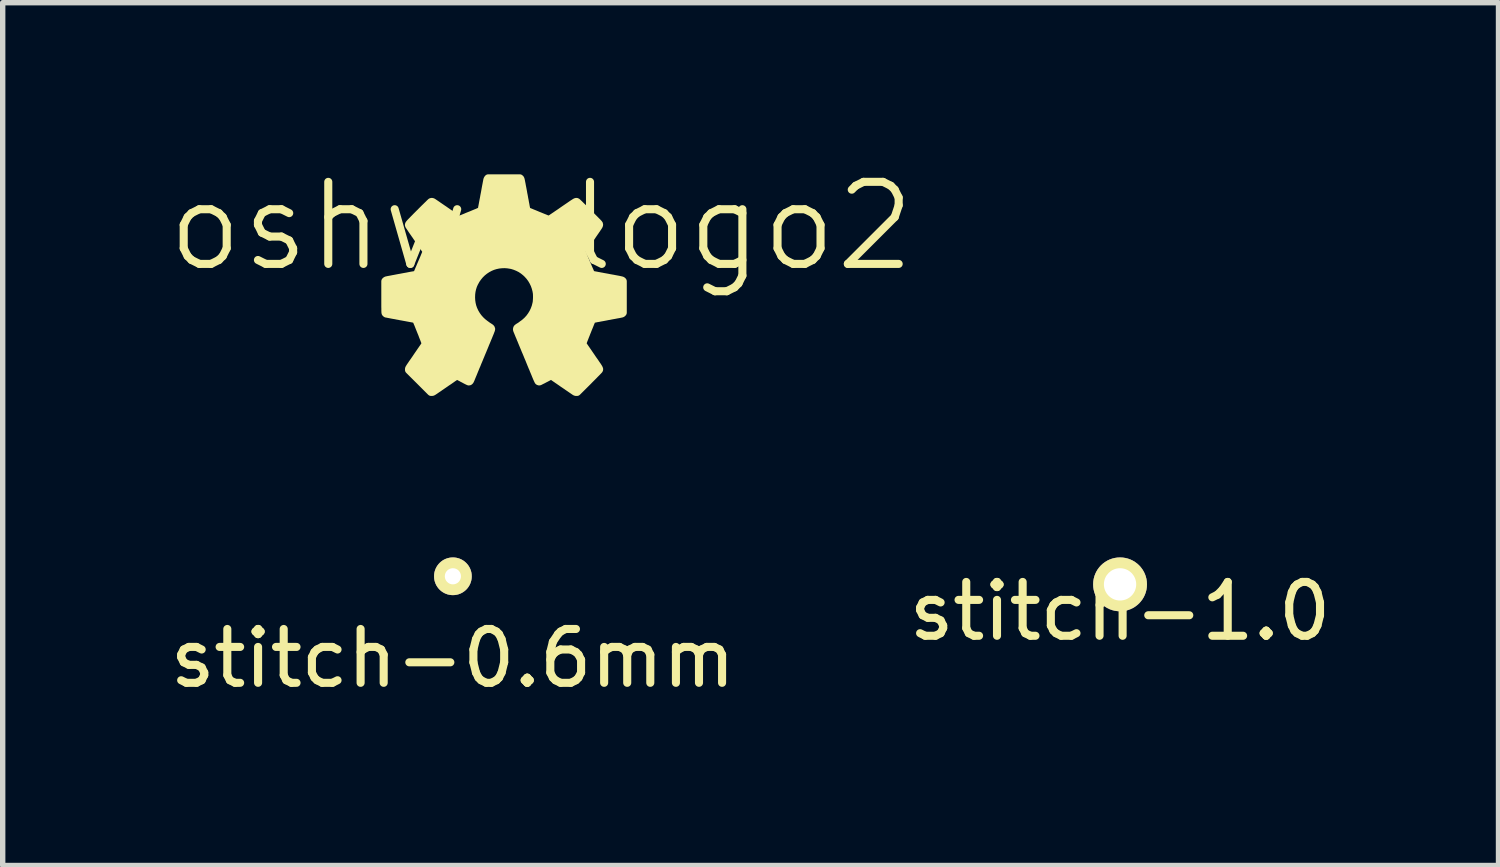
<source format=kicad_pcb>
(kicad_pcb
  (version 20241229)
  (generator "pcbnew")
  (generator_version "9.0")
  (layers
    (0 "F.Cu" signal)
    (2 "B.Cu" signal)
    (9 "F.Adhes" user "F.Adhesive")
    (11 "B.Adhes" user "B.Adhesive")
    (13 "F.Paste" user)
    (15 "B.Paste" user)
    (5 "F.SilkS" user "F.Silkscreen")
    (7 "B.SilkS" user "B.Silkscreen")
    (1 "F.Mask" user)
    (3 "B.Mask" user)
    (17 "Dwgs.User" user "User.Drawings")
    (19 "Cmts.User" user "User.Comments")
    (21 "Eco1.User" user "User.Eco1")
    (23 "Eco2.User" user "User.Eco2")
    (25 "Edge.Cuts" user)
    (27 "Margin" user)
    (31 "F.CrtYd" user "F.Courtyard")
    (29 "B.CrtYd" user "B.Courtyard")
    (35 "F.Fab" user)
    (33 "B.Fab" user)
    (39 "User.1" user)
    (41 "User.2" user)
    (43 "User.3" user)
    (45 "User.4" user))
  (footprint "stitch-0.6mm"
    (layer "F.Cu")
    (at 5.363 7.655)
    (property "Reference" "stitch-0.6mm" (at 0 1.524 0) (layer "F.SilkS") (effects (font (size 1 1) (thickness 0.15))))
    (attr through_hole)
    (pad "1" thru_hole circle (at 0 0) (size 0.7 0.7) (drill 0.3) (layers "*.Cu" "F.SilkS")))
  (footprint "stitch-1.0"
    (layer "F.Cu")
    (at 17.756 7.805)
    (property "Reference" "stitch-1.0" (at 0 0.5 0) (layer "F.SilkS") (effects (font (size 1 1) (thickness 0.15))))
    (attr through_hole)
    (pad "1" thru_hole circle (at 0 0) (size 1 1) (drill 0.6) (layers "*.Cu" "*.Mask" "F.SilkS")))
  (footprint "oshw-logo2"
    (layer "F.Cu")
    (at 6.313 2.245)
    (property "Reference" "oshw-logo2" (at 0.69 -1.09 0) (layer "F.SilkS") (effects (font (size 1.524 1.524) (thickness 0.15))))
    (attr through_hole)
    (fp_poly (pts (xy -2.205 0.221) (xy -2.205 0.269) (xy -2.205 0.311) (xy -2.205 0.348) (xy -2.205 0.381) (xy -2.205 0.409) (xy -2.204 0.432) (xy -2.204 0.452) (xy -2.204 0.468) (xy -2.204 0.482) (xy -2.203 0.492) (xy -2.203 0.501) (xy -2.203 0.507) (xy -2.202 0.511) (xy -2.201 0.514) (xy -2.201 0.517) (xy -2.2 0.518) (xy -2.199 0.519) (xy -2.193 0.525) (xy -2.188 0.529) (xy -2.183 0.53) (xy -2.174 0.531) (xy -2.161 0.534) (xy -2.144 0.537) (xy -2.124 0.541) (xy -2.102 0.545) (xy -2.094 0.547) (xy -2.051 0.555) (xy -2.014 0.561) (xy -1.981 0.568) (xy -1.951 0.573) (xy -1.923 0.579) (xy -1.896 0.584) (xy -1.895 0.584) (xy -1.881 0.586) (xy -1.864 0.59) (xy -1.844 0.593) (xy -1.825 0.597) (xy -1.817 0.598) (xy -1.787 0.604) (xy -1.759 0.609) (xy -1.733 0.614) (xy -1.709 0.618) (xy -1.689 0.622) (xy -1.671 0.626) (xy -1.659 0.628) (xy -1.651 0.63) (xy -1.649 0.63) (xy -1.645 0.631) (xy -1.642 0.633) (xy -1.639 0.635) (xy -1.636 0.638) (xy -1.632 0.643) (xy -1.628 0.65) (xy -1.623 0.66) (xy -1.618 0.672) (xy -1.611 0.687) (xy -1.604 0.705) (xy -1.594 0.727) (xy -1.584 0.753) (xy -1.572 0.783) (xy -1.558 0.818) (xy -1.542 0.858) (xy -1.54 0.863) (xy -1.521 0.909) (xy -1.506 0.95) (xy -1.492 0.985) (xy -1.48 1.015) (xy -1.471 1.039) (xy -1.464 1.059) (xy -1.459 1.073) (xy -1.456 1.083) (xy -1.455 1.087) (xy -1.455 1.091) (xy -1.456 1.094) (xy -1.458 1.099) (xy -1.46 1.105) (xy -1.465 1.112) (xy -1.471 1.122) (xy -1.48 1.135) (xy -1.491 1.152) (xy -1.505 1.172) (xy -1.51 1.179) (xy -1.522 1.197) (xy -1.535 1.215) (xy -1.547 1.233) (xy -1.558 1.249) (xy -1.562 1.255) (xy -1.58 1.281) (xy -1.598 1.307) (xy -1.615 1.332) (xy -1.631 1.356) (xy -1.646 1.378) (xy -1.66 1.398) (xy -1.671 1.415) (xy -1.681 1.428) (xy -1.687 1.437) (xy -1.689 1.44) (xy -1.695 1.448) (xy -1.703 1.459) (xy -1.712 1.474) (xy -1.723 1.489) (xy -1.733 1.504) (xy -1.744 1.52) (xy -1.752 1.533) (xy -1.758 1.543) (xy -1.762 1.55) (xy -1.764 1.555) (xy -1.765 1.56) (xy -1.765 1.564) (xy -1.765 1.577) (xy -1.56 1.781) (xy -1.356 1.985) (xy -1.342 1.985) (xy -1.336 1.985) (xy -1.329 1.983) (xy -1.321 1.979) (xy -1.311 1.973) (xy -1.302 1.967) (xy -1.275 1.949) (xy -1.251 1.932) (xy -1.228 1.917) (xy -1.209 1.904) (xy -1.194 1.893) (xy -1.184 1.886) (xy -1.174 1.88) (xy -1.162 1.871) (xy -1.147 1.861) (xy -1.133 1.851) (xy -1.132 1.851) (xy -1.118 1.841) (xy -1.105 1.832) (xy -1.093 1.824) (xy -1.085 1.818) (xy -1.084 1.817) (xy -1.076 1.812) (xy -1.065 1.804) (xy -1.051 1.795) (xy -1.037 1.786) (xy -1.036 1.785) (xy -1.021 1.775) (xy -1.005 1.764) (xy -0.99 1.753) (xy -0.979 1.746) (xy -0.953 1.727) (xy -0.93 1.712) (xy -0.913 1.7) (xy -0.899 1.691) (xy -0.888 1.685) (xy -0.882 1.682) (xy -0.88 1.682) (xy -0.877 1.681) (xy -0.873 1.681) (xy -0.868 1.682) (xy -0.863 1.684) (xy -0.855 1.688) (xy -0.844 1.693) (xy -0.831 1.699) (xy -0.815 1.708) (xy -0.794 1.718) (xy -0.77 1.732) (xy -0.747 1.743) (xy -0.726 1.755) (xy -0.707 1.765) (xy -0.689 1.774) (xy -0.675 1.781) (xy -0.664 1.786) (xy -0.657 1.789) (xy -0.655 1.79) (xy -0.65 1.79) (xy -0.645 1.788) (xy -0.641 1.785) (xy -0.637 1.78) (xy -0.632 1.773) (xy -0.627 1.762) (xy -0.62 1.747) (xy -0.612 1.727) (xy -0.604 1.707) (xy -0.598 1.693) (xy -0.592 1.678) (xy -0.585 1.662) (xy -0.578 1.645) (xy -0.57 1.625) (xy -0.561 1.603) (xy -0.551 1.578) (xy -0.539 1.55) (xy -0.526 1.517) (xy -0.51 1.481) (xy -0.494 1.44) (xy -0.474 1.394) (xy -0.473 1.39) (xy -0.462 1.365) (xy -0.453 1.341) (xy -0.443 1.319) (xy -0.435 1.299) (xy -0.428 1.282) (xy -0.423 1.269) (xy -0.419 1.26) (xy -0.419 1.26) (xy -0.413 1.246) (xy -0.406 1.229) (xy -0.399 1.213) (xy -0.397 1.208) (xy -0.392 1.195) (xy -0.385 1.178) (xy -0.377 1.16) (xy -0.37 1.142) (xy -0.369 1.139) (xy -0.361 1.121) (xy -0.353 1.1) (xy -0.345 1.08) (xy -0.337 1.063) (xy -0.337 1.062) (xy -0.33 1.046) (xy -0.322 1.026) (xy -0.313 1.005) (xy -0.306 0.986) (xy -0.305 0.985) (xy -0.298 0.969) (xy -0.29 0.949) (xy -0.281 0.927) (xy -0.272 0.905) (xy -0.264 0.886) (xy -0.257 0.868) (xy -0.251 0.851) (xy -0.245 0.837) (xy -0.242 0.826) (xy -0.24 0.82) (xy -0.24 0.819) (xy -0.241 0.811) (xy -0.246 0.803) (xy -0.254 0.795) (xy -0.267 0.786) (xy -0.278 0.779) (xy -0.291 0.771) (xy -0.304 0.762) (xy -0.315 0.755) (xy -0.319 0.752) (xy -0.328 0.745) (xy -0.34 0.736) (xy -0.353 0.727) (xy -0.357 0.724) (xy -0.401 0.689) (xy -0.442 0.65) (xy -0.48 0.607) (xy -0.514 0.56) (xy -0.543 0.511) (xy -0.548 0.501) (xy -0.572 0.449) (xy -0.59 0.397) (xy -0.602 0.345) (xy -0.61 0.291) (xy -0.613 0.235) (xy -0.613 0.225) (xy -0.611 0.167) (xy -0.604 0.113) (xy -0.592 0.06) (xy -0.575 0.007) (xy -0.552 -0.045) (xy -0.55 -0.047) (xy -0.521 -0.1) (xy -0.487 -0.148) (xy -0.449 -0.194) (xy -0.407 -0.235) (xy -0.361 -0.272) (xy -0.311 -0.305) (xy -0.258 -0.333) (xy -0.21 -0.353) (xy -0.158 -0.369) (xy -0.102 -0.381) (xy -0.045 -0.387) (xy 0.012 -0.389) (xy 0.069 -0.385) (xy 0.125 -0.376) (xy 0.147 -0.372) (xy 0.202 -0.355) (xy 0.256 -0.333) (xy 0.308 -0.307) (xy 0.357 -0.275) (xy 0.402 -0.239) (xy 0.434 -0.209) (xy 0.476 -0.163) (xy 0.512 -0.114) (xy 0.542 -0.063) (xy 0.568 -0.009) (xy 0.588 0.048) (xy 0.603 0.106) (xy 0.611 0.155) (xy 0.612 0.177) (xy 0.613 0.203) (xy 0.613 0.231) (xy 0.612 0.26) (xy 0.61 0.289) (xy 0.608 0.315) (xy 0.604 0.337) (xy 0.603 0.342) (xy 0.588 0.403) (xy 0.567 0.46) (xy 0.541 0.515) (xy 0.51 0.566) (xy 0.475 0.614) (xy 0.434 0.659) (xy 0.422 0.67) (xy 0.391 0.698) (xy 0.362 0.721) (xy 0.354 0.726) (xy 0.344 0.733) (xy 0.332 0.742) (xy 0.322 0.75) (xy 0.311 0.758) (xy 0.297 0.767) (xy 0.283 0.776) (xy 0.278 0.779) (xy 0.266 0.786) (xy 0.256 0.794) (xy 0.248 0.8) (xy 0.246 0.802) (xy 0.241 0.813) (xy 0.241 0.827) (xy 0.246 0.843) (xy 0.246 0.844) (xy 0.25 0.852) (xy 0.255 0.864) (xy 0.261 0.878) (xy 0.267 0.894) (xy 0.27 0.899) (xy 0.277 0.918) (xy 0.286 0.94) (xy 0.296 0.962) (xy 0.304 0.982) (xy 0.305 0.985) (xy 0.312 1.003) (xy 0.32 1.02) (xy 0.326 1.036) (xy 0.332 1.05) (xy 0.333 1.053) (xy 0.338 1.066) (xy 0.345 1.082) (xy 0.353 1.102) (xy 0.362 1.123) (xy 0.371 1.145) (xy 0.38 1.166) (xy 0.388 1.186) (xy 0.395 1.203) (xy 0.398 1.211) (xy 0.402 1.22) (xy 0.408 1.234) (xy 0.416 1.252) (xy 0.425 1.274) (xy 0.436 1.3) (xy 0.447 1.328) (xy 0.46 1.358) (xy 0.473 1.389) (xy 0.486 1.422) (xy 0.498 1.451) (xy 0.505 1.469) (xy 0.514 1.49) (xy 0.522 1.51) (xy 0.529 1.527) (xy 0.53 1.528) (xy 0.537 1.544) (xy 0.545 1.564) (xy 0.553 1.585) (xy 0.561 1.603) (xy 0.562 1.605) (xy 0.568 1.62) (xy 0.576 1.639) (xy 0.585 1.661) (xy 0.594 1.684) (xy 0.604 1.706) (xy 0.606 1.713) (xy 0.615 1.733) (xy 0.623 1.751) (xy 0.63 1.765) (xy 0.635 1.777) (xy 0.639 1.783) (xy 0.64 1.785) (xy 0.648 1.789) (xy 0.654 1.79) (xy 0.658 1.788) (xy 0.667 1.785) (xy 0.679 1.778) (xy 0.695 1.77) (xy 0.714 1.761) (xy 0.735 1.75) (xy 0.757 1.738) (xy 0.76 1.737) (xy 0.783 1.725) (xy 0.804 1.714) (xy 0.823 1.704) (xy 0.84 1.695) (xy 0.853 1.688) (xy 0.863 1.684) (xy 0.868 1.682) (xy 0.868 1.682) (xy 0.875 1.681) (xy 0.883 1.683) (xy 0.893 1.688) (xy 0.906 1.695) (xy 0.923 1.706) (xy 0.932 1.713) (xy 0.945 1.722) (xy 0.961 1.733) (xy 0.979 1.745) (xy 0.997 1.758) (xy 1.008 1.765) (xy 1.024 1.776) (xy 1.041 1.788) (xy 1.056 1.798) (xy 1.069 1.807) (xy 1.076 1.812) (xy 1.087 1.82) (xy 1.101 1.83) (xy 1.117 1.84) (xy 1.132 1.85) (xy 1.132 1.851) (xy 1.146 1.86) (xy 1.161 1.87) (xy 1.174 1.879) (xy 1.183 1.886) (xy 1.184 1.886) (xy 1.195 1.894) (xy 1.21 1.904) (xy 1.229 1.917) (xy 1.252 1.933) (xy 1.277 1.95) (xy 1.302 1.967) (xy 1.315 1.976) (xy 1.324 1.981) (xy 1.331 1.984) (xy 1.338 1.985) (xy 1.342 1.985) (xy 1.356 1.985) (xy 1.557 1.785) (xy 1.585 1.756) (xy 1.613 1.728) (xy 1.639 1.702) (xy 1.664 1.677) (xy 1.686 1.654) (xy 1.706 1.634) (xy 1.724 1.616) (xy 1.738 1.601) (xy 1.75 1.589) (xy 1.757 1.581) (xy 1.761 1.577) (xy 1.762 1.576) (xy 1.764 1.573) (xy 1.765 1.57) (xy 1.766 1.566) (xy 1.766 1.562) (xy 1.764 1.558) (xy 1.762 1.552) (xy 1.758 1.544) (xy 1.753 1.535) (xy 1.746 1.524) (xy 1.737 1.509) (xy 1.725 1.492) (xy 1.711 1.472) (xy 1.695 1.448) (xy 1.676 1.42) (xy 1.653 1.388) (xy 1.637 1.365) (xy 1.631 1.356) (xy 1.623 1.344) (xy 1.613 1.329) (xy 1.602 1.314) (xy 1.596 1.304) (xy 1.583 1.286) (xy 1.57 1.266) (xy 1.556 1.246) (xy 1.544 1.228) (xy 1.54 1.223) (xy 1.521 1.195) (xy 1.505 1.172) (xy 1.492 1.153) (xy 1.481 1.137) (xy 1.473 1.125) (xy 1.466 1.115) (xy 1.462 1.108) (xy 1.459 1.102) (xy 1.457 1.098) (xy 1.456 1.094) (xy 1.455 1.091) (xy 1.455 1.089) (xy 1.455 1.087) (xy 1.456 1.083) (xy 1.458 1.075) (xy 1.461 1.065) (xy 1.467 1.05) (xy 1.473 1.032) (xy 1.482 1.009) (xy 1.493 0.982) (xy 1.505 0.95) (xy 1.52 0.913) (xy 1.536 0.871) (xy 1.54 0.863) (xy 1.553 0.829) (xy 1.566 0.797) (xy 1.579 0.766) (xy 1.59 0.738) (xy 1.6 0.713) (xy 1.609 0.691) (xy 1.617 0.673) (xy 1.623 0.658) (xy 1.627 0.649) (xy 1.629 0.644) (xy 1.629 0.644) (xy 1.633 0.64) (xy 1.637 0.637) (xy 1.644 0.633) (xy 1.652 0.63) (xy 1.665 0.627) (xy 1.68 0.624) (xy 1.701 0.62) (xy 1.719 0.616) (xy 1.756 0.61) (xy 1.79 0.603) (xy 1.819 0.598) (xy 1.846 0.593) (xy 1.872 0.588) (xy 1.898 0.583) (xy 1.917 0.579) (xy 1.933 0.576) (xy 1.953 0.573) (xy 1.977 0.568) (xy 2.003 0.563) (xy 2.031 0.558) (xy 2.059 0.553) (xy 2.079 0.549) (xy 2.107 0.544) (xy 2.13 0.54) (xy 2.149 0.536) (xy 2.163 0.533) (xy 2.174 0.531) (xy 2.182 0.529) (xy 2.188 0.527) (xy 2.192 0.525) (xy 2.195 0.523) (xy 2.197 0.521) (xy 2.205 0.513) (xy 2.205 0.222) (xy 2.205 -0.07) (xy 2.197 -0.078) (xy 2.194 -0.08) (xy 2.191 -0.082) (xy 2.186 -0.084) (xy 2.179 -0.086) (xy 2.171 -0.088) (xy 2.159 -0.091) (xy 2.144 -0.094) (xy 2.126 -0.098) (xy 2.104 -0.102) (xy 2.077 -0.107) (xy 2.045 -0.113) (xy 2.014 -0.119) (xy 2.005 -0.12) (xy 1.991 -0.123) (xy 1.973 -0.126) (xy 1.952 -0.13) (xy 1.927 -0.135) (xy 1.9 -0.14) (xy 1.872 -0.145) (xy 1.843 -0.15) (xy 1.814 -0.156) (xy 1.808 -0.157) (xy 1.785 -0.161) (xy 1.76 -0.166) (xy 1.735 -0.17) (xy 1.712 -0.175) (xy 1.694 -0.178) (xy 1.669 -0.183) (xy 1.65 -0.187) (xy 1.635 -0.192) (xy 1.624 -0.197) (xy 1.617 -0.202) (xy 1.614 -0.206) (xy 1.612 -0.209) (xy 1.608 -0.218) (xy 1.602 -0.231) (xy 1.595 -0.249) (xy 1.586 -0.27) (xy 1.575 -0.294) (xy 1.563 -0.321) (xy 1.551 -0.35) (xy 1.537 -0.382) (xy 1.525 -0.41) (xy 1.508 -0.45) (xy 1.493 -0.485) (xy 1.481 -0.515) (xy 1.47 -0.541) (xy 1.461 -0.562) (xy 1.454 -0.58) (xy 1.449 -0.594) (xy 1.445 -0.605) (xy 1.442 -0.613) (xy 1.441 -0.619) (xy 1.44 -0.621) (xy 1.44 -0.625) (xy 1.441 -0.628) (xy 1.442 -0.632) (xy 1.445 -0.638) (xy 1.449 -0.644) (xy 1.454 -0.653) (xy 1.461 -0.665) (xy 1.471 -0.679) (xy 1.483 -0.696) (xy 1.497 -0.718) (xy 1.515 -0.743) (xy 1.524 -0.757) (xy 1.531 -0.767) (xy 1.541 -0.781) (xy 1.552 -0.797) (xy 1.563 -0.814) (xy 1.575 -0.831) (xy 1.576 -0.833) (xy 1.588 -0.85) (xy 1.6 -0.867) (xy 1.611 -0.884) (xy 1.621 -0.897) (xy 1.628 -0.908) (xy 1.628 -0.908) (xy 1.635 -0.918) (xy 1.644 -0.932) (xy 1.655 -0.948) (xy 1.667 -0.965) (xy 1.679 -0.983) (xy 1.679 -0.983) (xy 1.692 -1.001) (xy 1.705 -1.021) (xy 1.719 -1.04) (xy 1.73 -1.058) (xy 1.739 -1.07) (xy 1.75 -1.087) (xy 1.758 -1.1) (xy 1.763 -1.111) (xy 1.765 -1.119) (xy 1.765 -1.127) (xy 1.762 -1.134) (xy 1.76 -1.136) (xy 1.757 -1.14) (xy 1.75 -1.147) (xy 1.74 -1.158) (xy 1.727 -1.172) (xy 1.71 -1.188) (xy 1.692 -1.207) (xy 1.671 -1.228) (xy 1.648 -1.251) (xy 1.625 -1.274) (xy 1.6 -1.299) (xy 1.575 -1.324) (xy 1.549 -1.35) (xy 1.524 -1.375) (xy 1.499 -1.4) (xy 1.475 -1.424) (xy 1.452 -1.446) (xy 1.43 -1.467) (xy 1.411 -1.486) (xy 1.394 -1.503) (xy 1.379 -1.517) (xy 1.367 -1.528) (xy 1.359 -1.536) (xy 1.355 -1.539) (xy 1.354 -1.54) (xy 1.351 -1.542) (xy 1.348 -1.543) (xy 1.344 -1.544) (xy 1.34 -1.543) (xy 1.336 -1.542) (xy 1.329 -1.54) (xy 1.321 -1.535) (xy 1.311 -1.529) (xy 1.299 -1.521) (xy 1.283 -1.511) (xy 1.265 -1.499) (xy 1.242 -1.483) (xy 1.216 -1.465) (xy 1.185 -1.444) (xy 1.179 -1.44) (xy 1.132 -1.408) (xy 1.09 -1.379) (xy 1.052 -1.352) (xy 1.018 -1.329) (xy 0.988 -1.309) (xy 0.961 -1.29) (xy 0.938 -1.275) (xy 0.918 -1.261) (xy 0.901 -1.25) (xy 0.887 -1.24) (xy 0.875 -1.233) (xy 0.865 -1.226) (xy 0.857 -1.221) (xy 0.85 -1.218) (xy 0.845 -1.215) (xy 0.841 -1.213) (xy 0.838 -1.212) (xy 0.836 -1.212) (xy 0.835 -1.212) (xy 0.828 -1.213) (xy 0.817 -1.216) (xy 0.801 -1.222) (xy 0.781 -1.229) (xy 0.755 -1.24) (xy 0.753 -1.241) (xy 0.732 -1.249) (xy 0.71 -1.258) (xy 0.69 -1.266) (xy 0.671 -1.274) (xy 0.657 -1.28) (xy 0.65 -1.282) (xy 0.633 -1.289) (xy 0.614 -1.297) (xy 0.596 -1.305) (xy 0.587 -1.308) (xy 0.574 -1.314) (xy 0.557 -1.321) (xy 0.537 -1.329) (xy 0.517 -1.337) (xy 0.501 -1.344) (xy 0.479 -1.353) (xy 0.461 -1.36) (xy 0.448 -1.366) (xy 0.438 -1.37) (xy 0.431 -1.374) (xy 0.426 -1.377) (xy 0.423 -1.381) (xy 0.42 -1.384) (xy 0.418 -1.39) (xy 0.414 -1.4) (xy 0.411 -1.416) (xy 0.406 -1.437) (xy 0.401 -1.463) (xy 0.397 -1.487) (xy 0.392 -1.513) (xy 0.387 -1.539) (xy 0.383 -1.563) (xy 0.379 -1.584) (xy 0.378 -1.588) (xy 0.375 -1.602) (xy 0.372 -1.621) (xy 0.368 -1.644) (xy 0.363 -1.67) (xy 0.357 -1.699) (xy 0.352 -1.73) (xy 0.346 -1.762) (xy 0.34 -1.794) (xy 0.338 -1.805) (xy 0.331 -1.84) (xy 0.326 -1.869) (xy 0.321 -1.894) (xy 0.317 -1.914) (xy 0.314 -1.931) (xy 0.311 -1.943) (xy 0.309 -1.953) (xy 0.307 -1.961) (xy 0.305 -1.966) (xy 0.303 -1.97) (xy 0.302 -1.973) (xy 0.3 -1.974) (xy 0.292 -1.982) (xy -0.000291 -1.982) (xy -0.293 -1.982) (xy -0.3 -1.974) (xy -0.305 -1.965) (xy -0.31 -1.954) (xy -0.311 -1.949) (xy -0.312 -1.943) (xy -0.314 -1.932) (xy -0.317 -1.916) (xy -0.321 -1.896) (xy -0.325 -1.874) (xy -0.33 -1.849) (xy -0.335 -1.822) (xy -0.338 -1.806) (xy -0.348 -1.75) (xy -0.357 -1.7) (xy -0.366 -1.655) (xy -0.373 -1.614) (xy -0.38 -1.579) (xy -0.386 -1.547) (xy -0.391 -1.52) (xy -0.395 -1.497) (xy -0.399 -1.477) (xy -0.402 -1.46) (xy -0.405 -1.446) (xy -0.407 -1.435) (xy -0.408 -1.425) (xy -0.41 -1.418) (xy -0.411 -1.413) (xy -0.412 -1.409) (xy -0.412 -1.406) (xy -0.412 -1.406) (xy -0.416 -1.394) (xy -0.422 -1.383) (xy -0.423 -1.381) (xy -0.425 -1.38) (xy -0.427 -1.378) (xy -0.429 -1.376) (xy -0.433 -1.374) (xy -0.438 -1.371) (xy -0.445 -1.368) (xy -0.454 -1.364) (xy -0.466 -1.359) (xy -0.48 -1.353) (xy -0.497 -1.345) (xy -0.518 -1.337) (xy -0.542 -1.327) (xy -0.571 -1.315) (xy -0.604 -1.301) (xy -0.642 -1.286) (xy -0.682 -1.27) (xy -0.695 -1.264) (xy -0.712 -1.257) (xy -0.731 -1.249) (xy -0.751 -1.241) (xy -0.765 -1.235) (xy -0.788 -1.226) (xy -0.807 -1.219) (xy -0.821 -1.215) (xy -0.831 -1.213) (xy -0.831 -1.213) (xy -0.846 -1.212) (xy -0.908 -1.254) (xy -0.925 -1.266) (xy -0.945 -1.28) (xy -0.969 -1.296) (xy -0.994 -1.313) (xy -1.021 -1.331) (xy -1.047 -1.349) (xy -1.073 -1.367) (xy -1.079 -1.371) (xy -1.116 -1.397) (xy -1.149 -1.419) (xy -1.178 -1.439) (xy -1.203 -1.456) (xy -1.225 -1.471) (xy -1.243 -1.484) (xy -1.258 -1.494) (xy -1.271 -1.503) (xy -1.282 -1.51) (xy -1.29 -1.516) (xy -1.298 -1.521) (xy -1.304 -1.525) (xy -1.309 -1.529) (xy -1.311 -1.53) (xy -1.325 -1.539) (xy -1.336 -1.543) (xy -1.346 -1.544) (xy -1.355 -1.54) (xy -1.357 -1.54) (xy -1.36 -1.537) (xy -1.367 -1.53) (xy -1.378 -1.52) (xy -1.391 -1.507) (xy -1.408 -1.49) (xy -1.428 -1.471) (xy -1.45 -1.449) (xy -1.474 -1.426) (xy -1.5 -1.4) (xy -1.527 -1.373) (xy -1.555 -1.344) (xy -1.564 -1.336) (xy -1.598 -1.302) (xy -1.628 -1.272) (xy -1.654 -1.245) (xy -1.677 -1.222) (xy -1.696 -1.202) (xy -1.713 -1.185) (xy -1.727 -1.171) (xy -1.738 -1.159) (xy -1.747 -1.149) (xy -1.754 -1.14) (xy -1.759 -1.134) (xy -1.763 -1.128) (xy -1.765 -1.124) (xy -1.766 -1.12) (xy -1.766 -1.117) (xy -1.766 -1.114) (xy -1.765 -1.112) (xy -1.765 -1.111) (xy -1.763 -1.107) (xy -1.758 -1.099) (xy -1.75 -1.087) (xy -1.74 -1.072) (xy -1.726 -1.052) (xy -1.71 -1.027) (xy -1.69 -0.998) (xy -1.667 -0.965) (xy -1.658 -0.953) (xy -1.651 -0.941) (xy -1.64 -0.927) (xy -1.629 -0.91) (xy -1.619 -0.895) (xy -1.617 -0.892) (xy -1.605 -0.875) (xy -1.592 -0.856) (xy -1.578 -0.836) (xy -1.566 -0.818) (xy -1.565 -0.816) (xy -1.549 -0.794) (xy -1.533 -0.77) (xy -1.514 -0.743) (xy -1.494 -0.713) (xy -1.471 -0.679) (xy -1.464 -0.669) (xy -1.454 -0.654) (xy -1.448 -0.643) (xy -1.443 -0.635) (xy -1.441 -0.629) (xy -1.44 -0.623) (xy -1.44 -0.621) (xy -1.441 -0.617) (xy -1.442 -0.611) (xy -1.445 -0.603) (xy -1.449 -0.592) (xy -1.455 -0.578) (xy -1.462 -0.56) (xy -1.471 -0.539) (xy -1.481 -0.513) (xy -1.494 -0.483) (xy -1.509 -0.448) (xy -1.522 -0.418) (xy -1.536 -0.385) (xy -1.549 -0.355) (xy -1.561 -0.326) (xy -1.573 -0.299) (xy -1.583 -0.275) (xy -1.592 -0.254) (xy -1.599 -0.237) (xy -1.605 -0.225) (xy -1.608 -0.217) (xy -1.61 -0.214) (xy -1.618 -0.202) (xy -1.631 -0.193) (xy -1.649 -0.186) (xy -1.661 -0.184) (xy -1.671 -0.182) (xy -1.687 -0.179) (xy -1.708 -0.176) (xy -1.734 -0.171) (xy -1.765 -0.165) (xy -1.8 -0.158) (xy -1.84 -0.151) (xy -1.884 -0.143) (xy -1.919 -0.136) (xy -1.944 -0.132) (xy -1.97 -0.127) (xy -1.997 -0.122) (xy -2.022 -0.117) (xy -2.044 -0.113) (xy -2.055 -0.111) (xy -2.086 -0.105) (xy -2.112 -0.1) (xy -2.134 -0.096) (xy -2.151 -0.093) (xy -2.164 -0.09) (xy -2.174 -0.088) (xy -2.182 -0.086) (xy -2.187 -0.084) (xy -2.191 -0.082) (xy -2.194 -0.08) (xy -2.197 -0.078) (xy -2.205 -0.07) (xy -2.205 0.221)) (stroke (width 0.15) (type solid)) (fill yes) (layer "F.SilkS")))
  (gr_rect
    (start -3 -3)
    (end 24.786 13.027)
    (stroke (width 0.1) (type default))
    (fill no)
    (layer "Edge.Cuts")))
</source>
